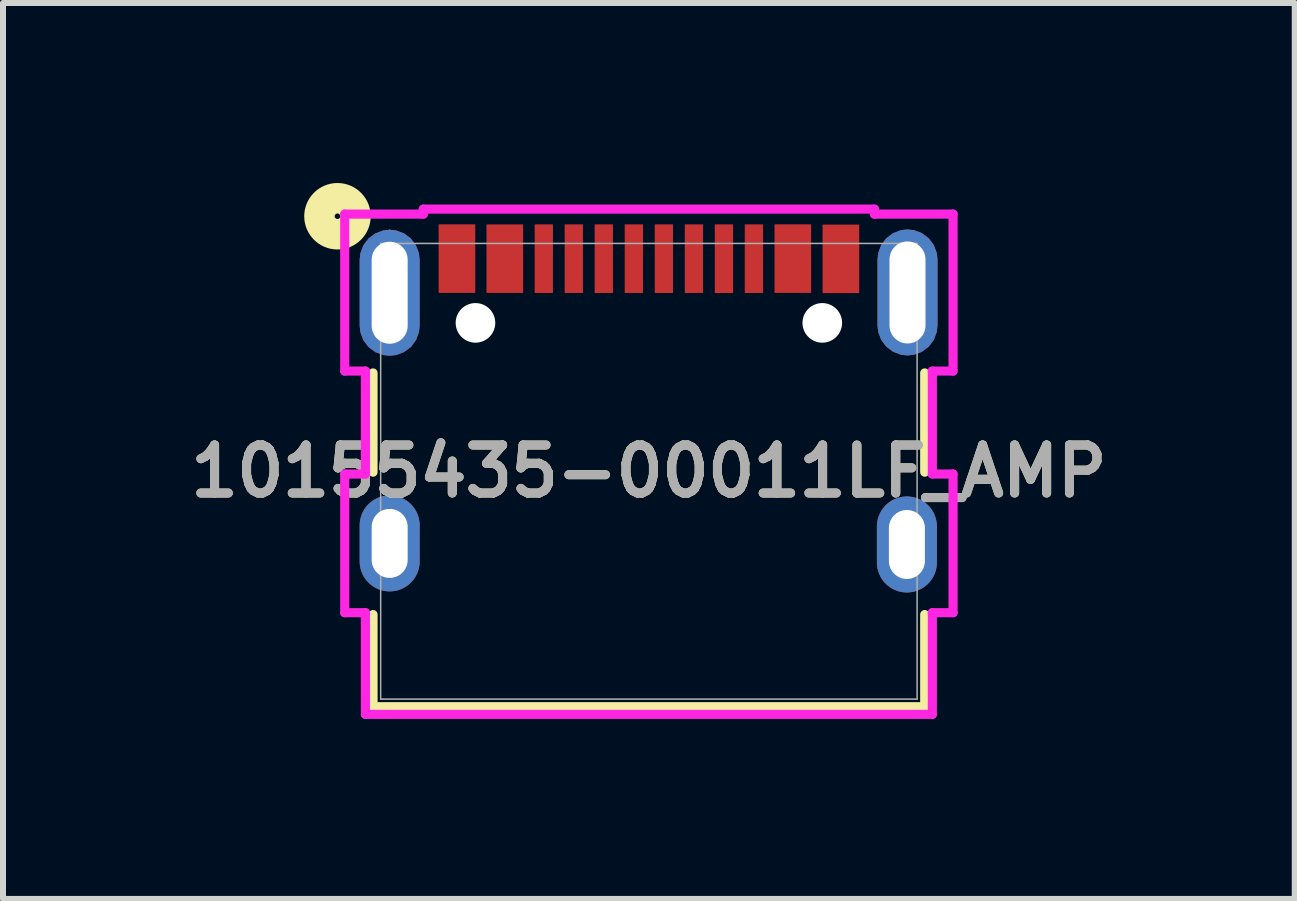
<source format=kicad_pcb>
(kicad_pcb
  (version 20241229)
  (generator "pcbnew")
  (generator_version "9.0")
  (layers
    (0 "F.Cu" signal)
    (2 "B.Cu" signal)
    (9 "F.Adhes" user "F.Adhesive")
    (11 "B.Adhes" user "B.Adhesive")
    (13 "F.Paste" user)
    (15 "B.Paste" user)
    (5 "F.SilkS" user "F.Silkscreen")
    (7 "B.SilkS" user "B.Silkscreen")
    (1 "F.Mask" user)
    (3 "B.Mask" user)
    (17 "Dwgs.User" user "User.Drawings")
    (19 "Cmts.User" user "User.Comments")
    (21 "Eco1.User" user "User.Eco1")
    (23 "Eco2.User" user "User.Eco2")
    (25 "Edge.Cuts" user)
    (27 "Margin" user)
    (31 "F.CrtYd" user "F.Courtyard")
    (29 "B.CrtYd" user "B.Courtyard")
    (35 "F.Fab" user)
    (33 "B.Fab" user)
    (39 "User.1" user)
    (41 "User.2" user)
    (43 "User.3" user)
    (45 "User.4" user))
  (footprint "10155435-00011LF_AMP"
    (layer "F.Cu")
    (at 7.764 4.804)
    (property "Reference" "10155435-00011LF_AMP" (at 0 0 0) (unlocked yes) (layer "F.SilkS") (effects (font (size 0.8 0.8) (thickness 0.15))))
    (attr smd)
    (fp_line (start -4.597 0.015) (end -4.597 -1.639) (stroke (width 0.152) (type solid)) (layer "F.SilkS"))
    (fp_line (start -4.597 3.924) (end -4.597 2.388) (stroke (width 0.152) (type solid)) (layer "F.SilkS"))
    (fp_line (start 4.597 -1.639) (end 4.597 0.015) (stroke (width 0.152) (type solid)) (layer "F.SilkS"))
    (fp_line (start 4.597 2.388) (end 4.597 3.924) (stroke (width 0.152) (type solid)) (layer "F.SilkS"))
    (fp_line (start 4.597 3.924) (end -4.597 3.924) (stroke (width 0.152) (type solid)) (layer "F.SilkS"))
    (fp_circle (center -5.19 -4.25) (end -4.89 -4.25) (stroke (width 0.508) (type solid)) (fill no) (layer "F.SilkS"))
    (fp_line (start -5.069 -4.286) (end -5.069 -1.67) (stroke (width 0.152) (type solid)) (layer "F.CrtYd"))
    (fp_line (start -5.069 -1.67) (end -4.724 -1.67) (stroke (width 0.152) (type solid)) (layer "F.CrtYd"))
    (fp_line (start -5.069 0.046) (end -5.069 2.357) (stroke (width 0.152) (type solid)) (layer "F.CrtYd"))
    (fp_line (start -5.069 2.357) (end -4.724 2.357) (stroke (width 0.152) (type solid)) (layer "F.CrtYd"))
    (fp_line (start -4.724 -1.67) (end -4.724 0.046) (stroke (width 0.152) (type solid)) (layer "F.CrtYd"))
    (fp_line (start -4.724 0.046) (end -5.069 0.046) (stroke (width 0.152) (type solid)) (layer "F.CrtYd"))
    (fp_line (start -4.724 2.357) (end -4.724 4.051) (stroke (width 0.152) (type solid)) (layer "F.CrtYd"))
    (fp_line (start -4.724 4.051) (end 4.724 4.051) (stroke (width 0.152) (type solid)) (layer "F.CrtYd"))
    (fp_line (start -3.759 -4.369) (end -3.759 -4.286) (stroke (width 0.152) (type solid)) (layer "F.CrtYd"))
    (fp_line (start -3.759 -4.286) (end -5.069 -4.286) (stroke (width 0.152) (type solid)) (layer "F.CrtYd"))
    (fp_line (start 3.759 -4.369) (end -3.759 -4.369) (stroke (width 0.152) (type solid)) (layer "F.CrtYd"))
    (fp_line (start 3.759 -4.286) (end 3.759 -4.369) (stroke (width 0.152) (type solid)) (layer "F.CrtYd"))
    (fp_line (start 4.724 -1.67) (end 5.069 -1.67) (stroke (width 0.152) (type solid)) (layer "F.CrtYd"))
    (fp_line (start 4.724 0.046) (end 4.724 -1.67) (stroke (width 0.152) (type solid)) (layer "F.CrtYd"))
    (fp_line (start 4.724 2.357) (end 5.069 2.357) (stroke (width 0.152) (type solid)) (layer "F.CrtYd"))
    (fp_line (start 4.724 4.051) (end 4.724 2.357) (stroke (width 0.152) (type solid)) (layer "F.CrtYd"))
    (fp_line (start 5.069 -4.286) (end 3.759 -4.286) (stroke (width 0.152) (type solid)) (layer "F.CrtYd"))
    (fp_line (start 5.069 -1.67) (end 5.069 -4.286) (stroke (width 0.152) (type solid)) (layer "F.CrtYd"))
    (fp_line (start 5.069 0.046) (end 4.724 0.046) (stroke (width 0.152) (type solid)) (layer "F.CrtYd"))
    (fp_line (start 5.069 2.357) (end 5.069 0.046) (stroke (width 0.152) (type solid)) (layer "F.CrtYd"))
    (fp_line (start -4.32 0.602) (end -4.32 1.802) (stroke (width 0.01) (type solid)) (layer "B.Fab"))
    (fp_line (start -4.47 -3.797) (end -4.47 3.797) (stroke (width 0.025) (type solid)) (layer "F.Fab"))
    (fp_line (start -4.47 3.797) (end 4.47 3.797) (stroke (width 0.025) (type solid)) (layer "F.Fab"))
    (fp_line (start -4.32 -4.025) (end -4.32 -4.015) (stroke (width 0.01) (type solid)) (layer "F.Fab"))
    (fp_line (start 4.47 -3.797) (end -4.47 -3.797) (stroke (width 0.025) (type solid)) (layer "F.Fab"))
    (fp_line (start 4.47 3.797) (end 4.47 -3.797) (stroke (width 0.025) (type solid)) (layer "F.Fab"))
    (fp_text user "${REFERENCE}" (at 0 0 0) (unlocked yes) (layer "F.Fab") (effects (font (size 0.8 0.8) (thickness 0.15))))
    (pad "" np_thru_hole circle (at -2.89 -2.473) (size 0.66 0.66) (drill 0.66) (layers "*.Cu" "*.Mask"))
    (pad "" np_thru_hole circle (at 2.89 -2.473) (size 0.66 0.66) (drill 0.66) (layers "*.Cu" "*.Mask"))
    (pad "A5" smd rect (at -1.251 -3.543) (size 0.305 1.143) (layers "F.Cu" "F.Mask" "F.Paste"))
    (pad "A6" smd rect (at -0.25 -3.543) (size 0.305 1.143) (layers "F.Cu" "F.Mask" "F.Paste"))
    (pad "A7" smd rect (at 0.25 -3.543) (size 0.305 1.143) (layers "F.Cu" "F.Mask" "F.Paste"))
    (pad "A8" smd rect (at 1.251 -3.543) (size 0.305 1.143) (layers "F.Cu" "F.Mask" "F.Paste"))
    (pad "B5" smd rect (at 1.751 -3.543) (size 0.305 1.143) (layers "F.Cu" "F.Mask" "F.Paste"))
    (pad "B6" smd rect (at 0.751 -3.543) (size 0.305 1.143) (layers "F.Cu" "F.Mask" "F.Paste"))
    (pad "B7" smd rect (at -0.751 -3.543) (size 0.305 1.143) (layers "F.Cu" "F.Mask" "F.Paste"))
    (pad "B8" smd rect (at -1.751 -3.543) (size 0.305 1.143) (layers "F.Cu" "F.Mask" "F.Paste"))
    (pad "GND1" smd rect (at -3.199 -3.544) (size 0.611 1.142) (layers "F.Cu" "F.Mask" "F.Paste"))
    (pad "GND2" smd rect (at 3.2 -3.54) (size 0.611 1.142) (layers "F.Cu" "F.Mask" "F.Paste"))
    (pad "SHLD1" thru_hole oval (at -4.32 1.202 180) (size 1 1.6) (drill oval 0.6 1.15) (layers "*.Cu" "*.Mask"))
    (pad "SHLD2" thru_hole oval (at 4.3 1.22 180) (size 1 1.6) (drill oval 0.6 1.15) (layers "*.Cu" "*.Mask"))
    (pad "SHLD3" thru_hole roundrect (at -4.32 -2.975 180) (size 1 2.1) (drill oval 0.6 1.7) (layers "*.Cu" "*.Mask") (roundrect_rratio 0.5))
    (pad "SHLD4" thru_hole roundrect (at 4.31 -2.98 180) (size 1 2.1) (drill oval 0.6 1.7) (layers "*.Cu" "*.Mask") (roundrect_rratio 0.5))
    (pad "VBUS1" smd rect (at -2.401 -3.543) (size 0.611 1.142) (layers "F.Cu" "F.Mask" "F.Paste"))
    (pad "VBUS2" smd rect (at 2.399 -3.544) (size 0.611 1.142) (layers "F.Cu" "F.Mask" "F.Paste")))
  (gr_rect
    (start -3 -3)
    (end 18.528 11.931)
    (stroke (width 0.1) (type default))
    (fill no)
    (layer "Edge.Cuts")))
</source>
